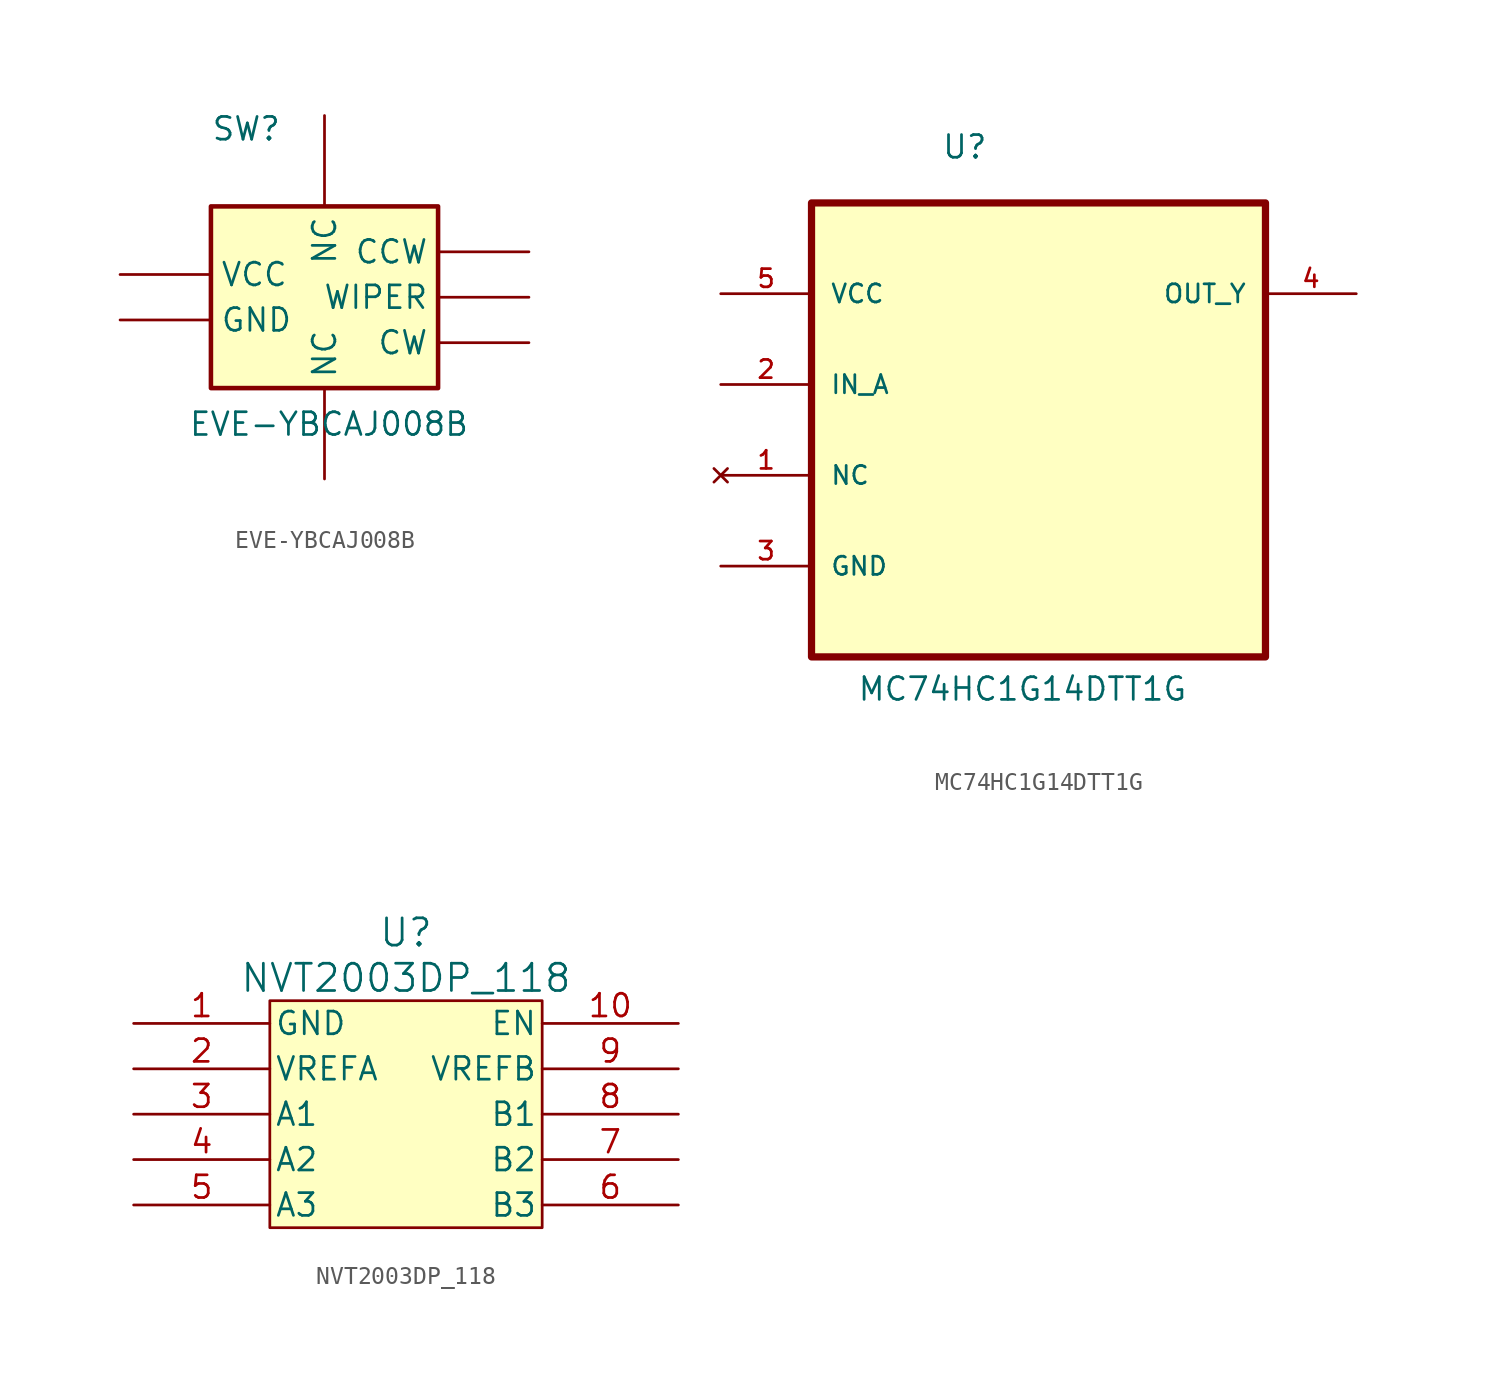
<source format=kicad_sym>
(kicad_symbol_lib
  (version 20220914)
  (generator kicad_symbol_editor)
  (symbol "EVE-YBCAJ008B"
    (pin_numbers hide)
    (property "Reference" "SW"
      (at -6.35 10.16 0)
      (effects (font (size 1.27 1.27)) (justify left top)))
    (property "Value" "EVE-YBCAJ008B"
      (at -7.62 -6.35 0)
      (effects (font (size 1.27 1.27)) (justify left top)))
    (symbol "EVE-YBCAJ008B_1_1"
      (rectangle (start -6.35 5.08) (end 6.35 -5.08) (stroke (width 0.254) (type default)) (fill (type background)))
      (pin passive line (at 11.43 2.54 180) (length 5.08) (name "CCW" (effects (font (size 1.27 1.27)))) (number "A1" (effects (font (size 1.27 1.27)))))
      (pin passive line (at 11.43 0 180) (length 5.08) (name "WIPER" (effects (font (size 1.27 1.27)))) (number "B1" (effects (font (size 1.27 1.27)))))
      (pin passive line (at 11.43 -2.54 180) (length 5.08) (name "CW" (effects (font (size 1.27 1.27)))) (number "B2" (effects (font (size 1.27 1.27)))))
      (pin passive line (at -11.43 -1.27 0) (length 5.08) (name "GND" (effects (font (size 1.27 1.27)))) (number "COM1" (effects (font (size 1.27 1.27)))))
      (pin passive line (at 0 10.16 270) (length 5.08) (name "NC" (effects (font (size 1.27 1.27)))) (number "MH1" (effects (font (size 1.27 1.27)))))
      (pin passive line (at 0 -10.16 90) (length 5.08) (name "NC" (effects (font (size 1.27 1.27)))) (number "MH2" (effects (font (size 1.27 1.27)))))
      (pin power_in line (at -11.43 1.27 0) (length 5.08) (name "VCC" (effects (font (size 1.27 1.27)))) (number "S1" (effects (font (size 1.27 1.27)))))))
  (symbol "MC74HC1G14DTT1G"
    (pin_names
      (offset 1.016))
    (property "Reference" "U"
      (at -5.437 12.552 0)
      (effects (font (size 1.27 1.27)) (justify left bottom)))
    (property "Value" "MC74HC1G14DTT1G"
      (at -10.16 -17.78 0)
      (effects (font (size 1.27 1.27)) (justify left bottom)))
    (symbol "MC74HC1G14DTT1G_0_0"
      (rectangle (start -12.7 -15.24) (end 12.7 10.16) (stroke (width 0.406) (type default)) (fill (type background)))
      (pin no_connect line (at -17.78 -5.08 0) (length 5.08) (name "NC" (effects (font (size 1.016 1.016)))) (number "1" (effects (font (size 1.016 1.016)))))
      (pin input line (at -17.78 0 0) (length 5.08) (name "IN_A" (effects (font (size 1.016 1.016)))) (number "2" (effects (font (size 1.016 1.016)))))
      (pin passive line (at -17.78 -10.16 0) (length 5.08) (name "GND" (effects (font (size 1.016 1.016)))) (number "3" (effects (font (size 1.016 1.016)))))
      (pin output line (at 17.78 5.08 180) (length 5.08) (name "OUT_Y" (effects (font (size 1.016 1.016)))) (number "4" (effects (font (size 1.016 1.016)))))
      (pin power_in line (at -17.78 5.08 0) (length 5.08) (name "VCC" (effects (font (size 1.016 1.016)))) (number "5" (effects (font (size 1.016 1.016)))))))
  (symbol "NVT2003DP_118"
    (pin_names
      (offset 0.254))
    (property "Reference" "U"
      (at 0 10.16 0)
      (effects (font (size 1.524 1.524))))
    (property "Value" "NVT2003DP_118"
      (at 0 7.62 0)
      (effects (font (size 1.524 1.524))))
    (symbol "NVT2003DP_118_0_1"
      (pin power_out line (at -15.24 5.08 0) (length 7.62) (name "GND" (effects (font (size 1.27 1.27)))) (number "1" (effects (font (size 1.27 1.27)))))
      (pin input line (at 15.24 5.08 180) (length 7.62) (name "EN" (effects (font (size 1.27 1.27)))) (number "10" (effects (font (size 1.27 1.27)))))
      (pin power_in line (at -15.24 2.54 0) (length 7.62) (name "VREFA" (effects (font (size 1.27 1.27)))) (number "2" (effects (font (size 1.27 1.27)))))
      (pin bidirectional line (at -15.24 0 0) (length 7.62) (name "A1" (effects (font (size 1.27 1.27)))) (number "3" (effects (font (size 1.27 1.27)))))
      (pin bidirectional line (at -15.24 -2.54 0) (length 7.62) (name "A2" (effects (font (size 1.27 1.27)))) (number "4" (effects (font (size 1.27 1.27)))))
      (pin bidirectional line (at -15.24 -5.08 0) (length 7.62) (name "A3" (effects (font (size 1.27 1.27)))) (number "5" (effects (font (size 1.27 1.27)))))
      (pin bidirectional line (at 15.24 -5.08 180) (length 7.62) (name "B3" (effects (font (size 1.27 1.27)))) (number "6" (effects (font (size 1.27 1.27)))))
      (pin bidirectional line (at 15.24 -2.54 180) (length 7.62) (name "B2" (effects (font (size 1.27 1.27)))) (number "7" (effects (font (size 1.27 1.27)))))
      (pin bidirectional line (at 15.24 0 180) (length 7.62) (name "B1" (effects (font (size 1.27 1.27)))) (number "8" (effects (font (size 1.27 1.27)))))
      (pin power_in line (at 15.24 2.54 180) (length 7.62) (name "VREFB" (effects (font (size 1.27 1.27)))) (number "9" (effects (font (size 1.27 1.27))))))
    (symbol "NVT2003DP_118_1_1"
      (rectangle (start -7.62 6.35) (end 7.62 -6.35) (stroke (width 0) (type default)) (fill (type background))))))
</source>
